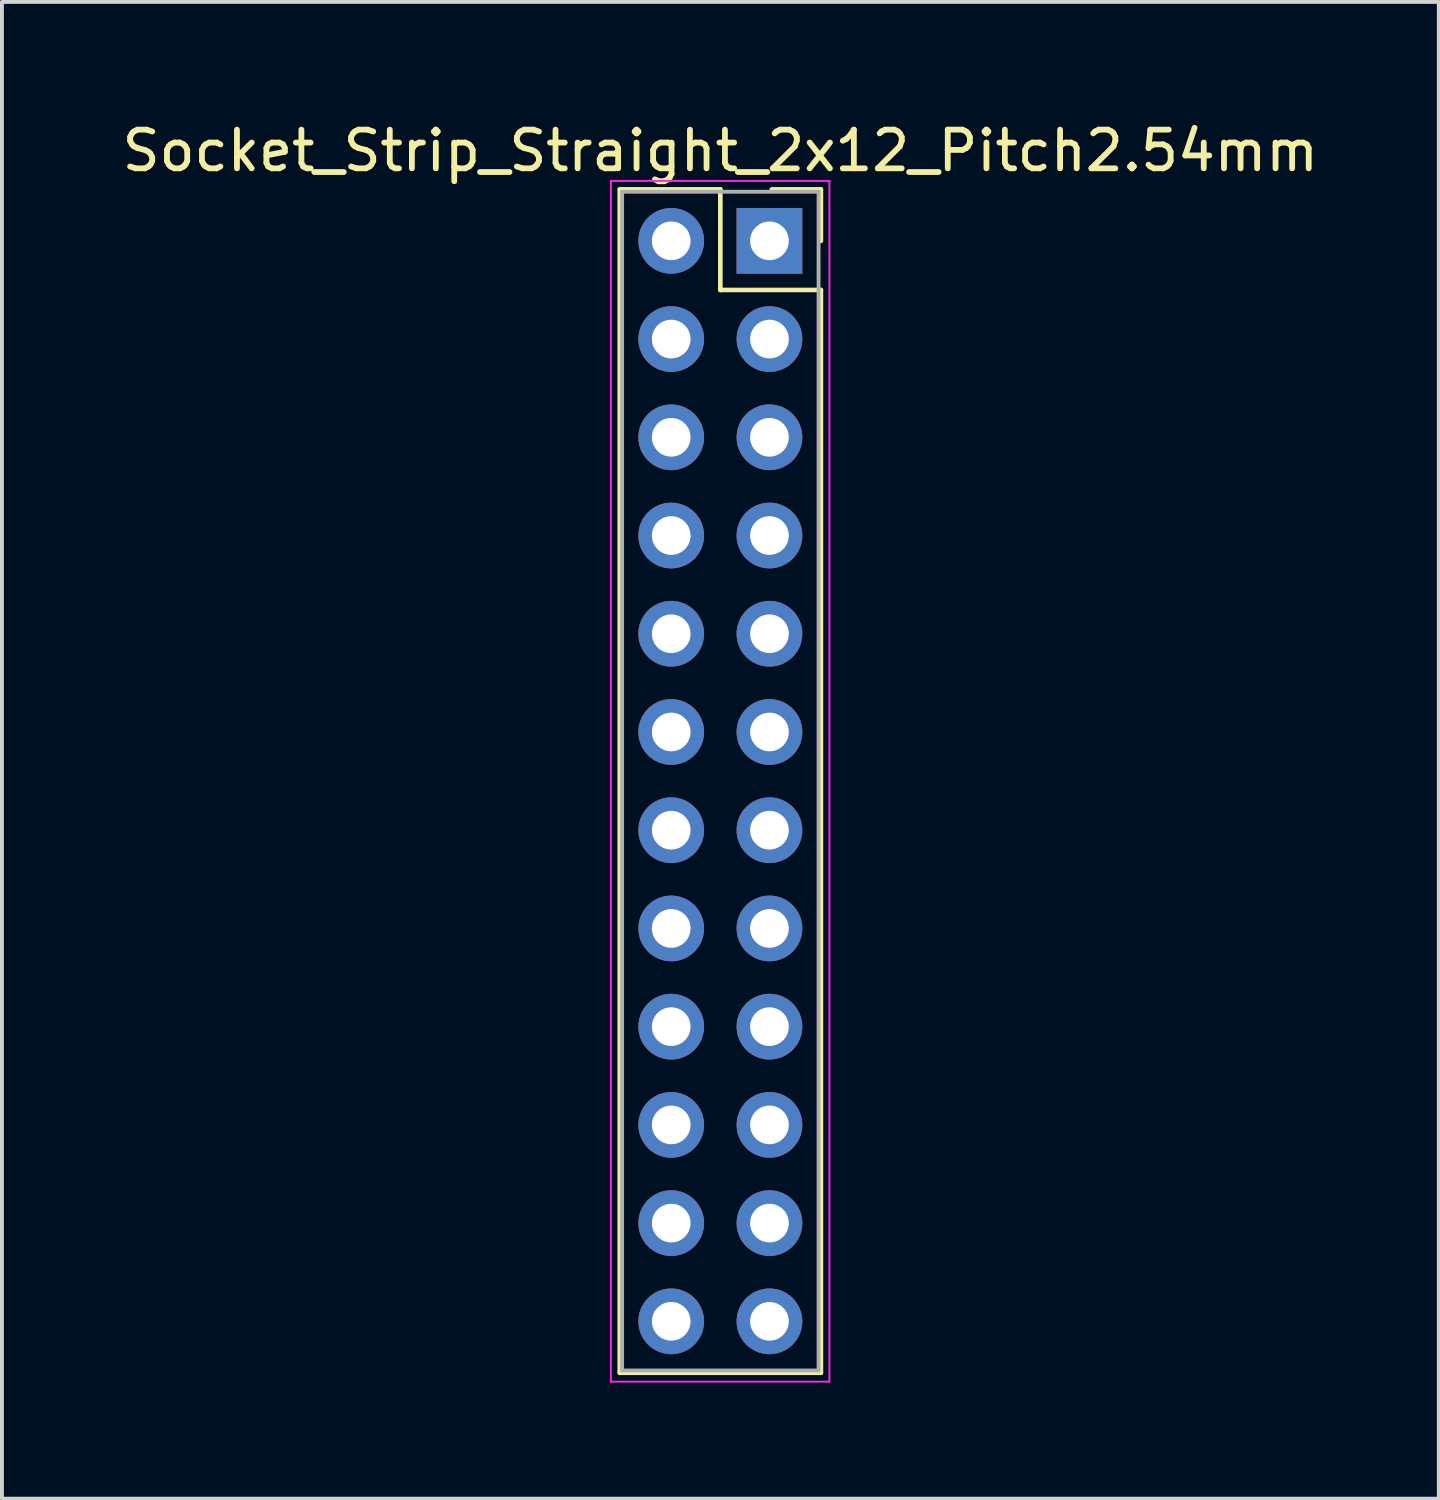
<source format=kicad_pcb>
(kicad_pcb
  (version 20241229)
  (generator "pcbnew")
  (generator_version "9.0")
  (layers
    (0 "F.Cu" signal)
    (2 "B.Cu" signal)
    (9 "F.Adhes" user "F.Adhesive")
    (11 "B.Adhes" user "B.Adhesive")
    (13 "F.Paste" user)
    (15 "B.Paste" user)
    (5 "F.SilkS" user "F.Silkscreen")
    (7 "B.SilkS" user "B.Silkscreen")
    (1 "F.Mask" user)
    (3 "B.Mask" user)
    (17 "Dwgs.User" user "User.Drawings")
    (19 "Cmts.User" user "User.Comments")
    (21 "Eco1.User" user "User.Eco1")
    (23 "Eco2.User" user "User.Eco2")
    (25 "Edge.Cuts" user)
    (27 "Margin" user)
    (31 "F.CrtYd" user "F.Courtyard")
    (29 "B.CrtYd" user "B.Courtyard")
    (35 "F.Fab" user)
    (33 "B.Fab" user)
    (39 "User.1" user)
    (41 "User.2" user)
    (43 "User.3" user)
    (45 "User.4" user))
  (footprint "Socket_Strip_Straight_2x12_Pitch2.54mm"
    (layer "F.Cu")
    (at 16.847 3.178)
    (property "Reference" "Socket_Strip_Straight_2x12_Pitch2.54mm" (at -1.27 -2.33 0) (layer "F.SilkS") (effects (font (size 1 1) (thickness 0.15))))
    (attr through_hole)
    (fp_line (start -3.87 -1.33) (end -1.27 -1.33) (stroke (width 0.12) (type solid)) (layer "F.SilkS"))
    (fp_line (start -3.87 29.27) (end -3.87 -1.33) (stroke (width 0.12) (type solid)) (layer "F.SilkS"))
    (fp_line (start -1.27 -1.33) (end -1.27 1.27) (stroke (width 0.12) (type solid)) (layer "F.SilkS"))
    (fp_line (start -1.27 1.27) (end 1.33 1.27) (stroke (width 0.12) (type solid)) (layer "F.SilkS"))
    (fp_line (start 1.33 -1.33) (end 0.06 -1.33) (stroke (width 0.12) (type solid)) (layer "F.SilkS"))
    (fp_line (start 1.33 0) (end 1.33 -1.33) (stroke (width 0.12) (type solid)) (layer "F.SilkS"))
    (fp_line (start 1.33 1.27) (end 1.33 29.27) (stroke (width 0.12) (type solid)) (layer "F.SilkS"))
    (fp_line (start 1.33 29.27) (end -3.87 29.27) (stroke (width 0.12) (type solid)) (layer "F.SilkS"))
    (fp_line (start -4.1 -1.55) (end -4.1 29.5) (stroke (width 0.05) (type solid)) (layer "F.CrtYd"))
    (fp_line (start -4.1 29.5) (end 1.55 29.5) (stroke (width 0.05) (type solid)) (layer "F.CrtYd"))
    (fp_line (start 1.55 -1.55) (end -4.1 -1.55) (stroke (width 0.05) (type solid)) (layer "F.CrtYd"))
    (fp_line (start 1.55 29.5) (end 1.55 -1.55) (stroke (width 0.05) (type solid)) (layer "F.CrtYd"))
    (fp_line (start -3.81 -1.27) (end -3.81 29.21) (stroke (width 0.1) (type solid)) (layer "F.Fab"))
    (fp_line (start -3.81 29.21) (end 1.27 29.21) (stroke (width 0.1) (type solid)) (layer "F.Fab"))
    (fp_line (start 1.27 -1.27) (end -3.81 -1.27) (stroke (width 0.1) (type solid)) (layer "F.Fab"))
    (fp_line (start 1.27 29.21) (end 1.27 -1.27) (stroke (width 0.1) (type solid)) (layer "F.Fab"))
    (pad "1" thru_hole rect (at 0 0) (size 1.7 1.7) (drill 1) (layers "*.Cu" "*.Mask"))
    (pad "2" thru_hole oval (at -2.54 0) (size 1.7 1.7) (drill 1) (layers "*.Cu" "*.Mask"))
    (pad "3" thru_hole oval (at 0 2.54) (size 1.7 1.7) (drill 1) (layers "*.Cu" "*.Mask"))
    (pad "4" thru_hole oval (at -2.54 2.54) (size 1.7 1.7) (drill 1) (layers "*.Cu" "*.Mask"))
    (pad "5" thru_hole oval (at 0 5.08) (size 1.7 1.7) (drill 1) (layers "*.Cu" "*.Mask"))
    (pad "6" thru_hole oval (at -2.54 5.08) (size 1.7 1.7) (drill 1) (layers "*.Cu" "*.Mask"))
    (pad "7" thru_hole oval (at 0 7.62) (size 1.7 1.7) (drill 1) (layers "*.Cu" "*.Mask"))
    (pad "8" thru_hole oval (at -2.54 7.62) (size 1.7 1.7) (drill 1) (layers "*.Cu" "*.Mask"))
    (pad "9" thru_hole oval (at 0 10.16) (size 1.7 1.7) (drill 1) (layers "*.Cu" "*.Mask"))
    (pad "10" thru_hole oval (at -2.54 10.16) (size 1.7 1.7) (drill 1) (layers "*.Cu" "*.Mask"))
    (pad "11" thru_hole oval (at 0 12.7) (size 1.7 1.7) (drill 1) (layers "*.Cu" "*.Mask"))
    (pad "12" thru_hole oval (at -2.54 12.7) (size 1.7 1.7) (drill 1) (layers "*.Cu" "*.Mask"))
    (pad "13" thru_hole oval (at 0 15.24) (size 1.7 1.7) (drill 1) (layers "*.Cu" "*.Mask"))
    (pad "14" thru_hole oval (at -2.54 15.24) (size 1.7 1.7) (drill 1) (layers "*.Cu" "*.Mask"))
    (pad "15" thru_hole oval (at 0 17.78) (size 1.7 1.7) (drill 1) (layers "*.Cu" "*.Mask"))
    (pad "16" thru_hole oval (at -2.54 17.78) (size 1.7 1.7) (drill 1) (layers "*.Cu" "*.Mask"))
    (pad "17" thru_hole oval (at 0 20.32) (size 1.7 1.7) (drill 1) (layers "*.Cu" "*.Mask"))
    (pad "18" thru_hole oval (at -2.54 20.32) (size 1.7 1.7) (drill 1) (layers "*.Cu" "*.Mask"))
    (pad "19" thru_hole oval (at 0 22.86) (size 1.7 1.7) (drill 1) (layers "*.Cu" "*.Mask"))
    (pad "20" thru_hole oval (at -2.54 22.86) (size 1.7 1.7) (drill 1) (layers "*.Cu" "*.Mask"))
    (pad "21" thru_hole oval (at 0 25.4) (size 1.7 1.7) (drill 1) (layers "*.Cu" "*.Mask"))
    (pad "22" thru_hole oval (at -2.54 25.4) (size 1.7 1.7) (drill 1) (layers "*.Cu" "*.Mask"))
    (pad "23" thru_hole oval (at 0 27.94) (size 1.7 1.7) (drill 1) (layers "*.Cu" "*.Mask"))
    (pad "24" thru_hole oval (at -2.54 27.94) (size 1.7 1.7) (drill 1) (layers "*.Cu" "*.Mask")))
  (gr_rect
    (start -3 -3)
    (end 34.155 35.703)
    (stroke (width 0.1) (type default))
    (fill no)
    (layer "Edge.Cuts")))
</source>
